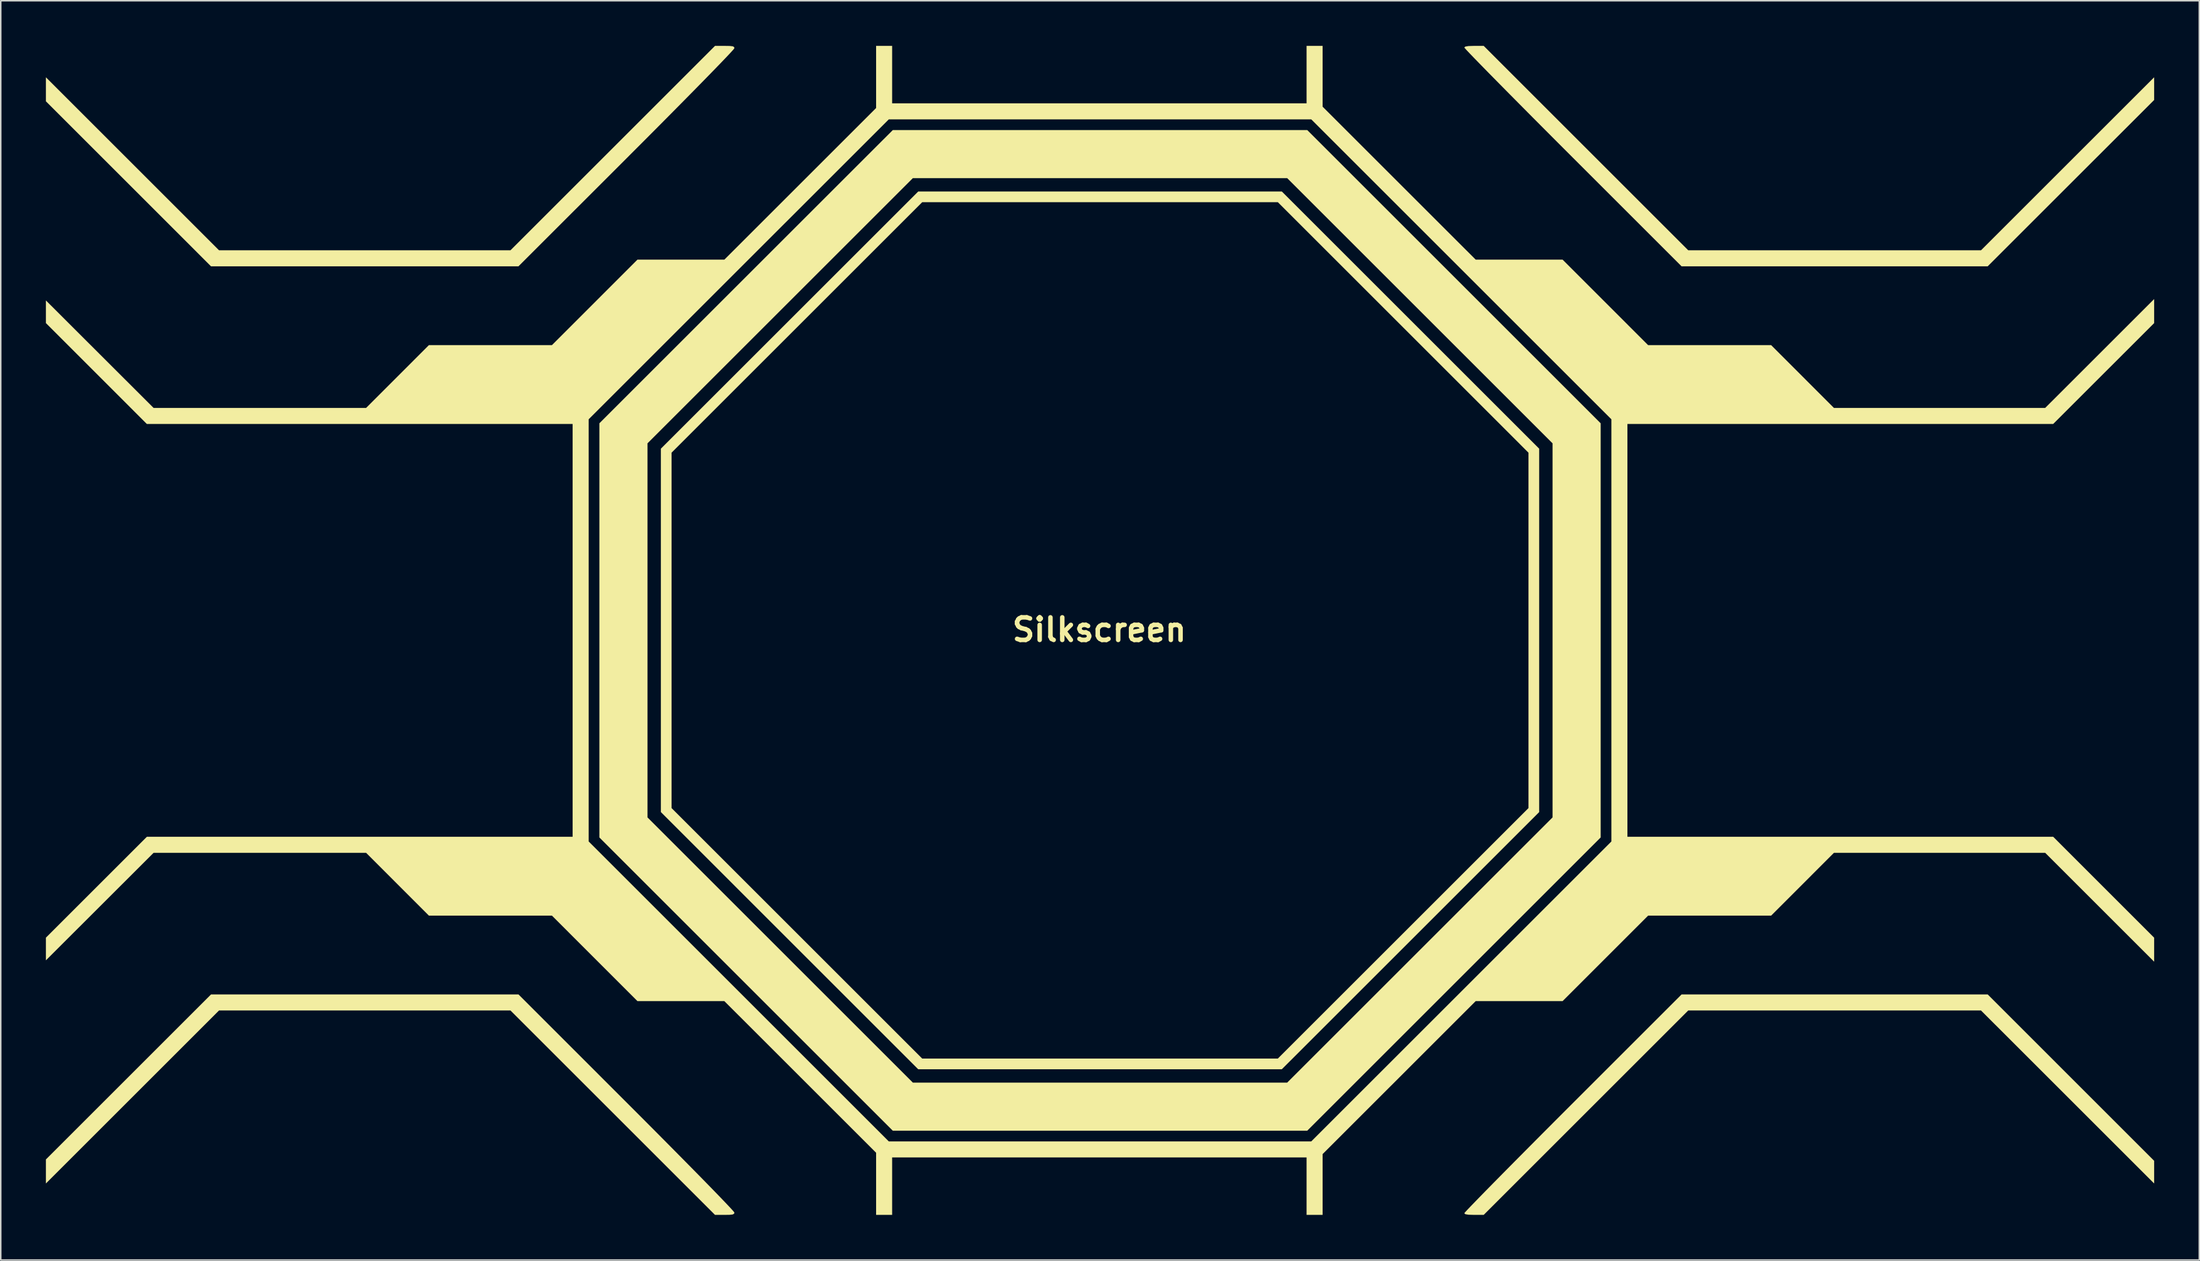
<source format=kicad_pcb>
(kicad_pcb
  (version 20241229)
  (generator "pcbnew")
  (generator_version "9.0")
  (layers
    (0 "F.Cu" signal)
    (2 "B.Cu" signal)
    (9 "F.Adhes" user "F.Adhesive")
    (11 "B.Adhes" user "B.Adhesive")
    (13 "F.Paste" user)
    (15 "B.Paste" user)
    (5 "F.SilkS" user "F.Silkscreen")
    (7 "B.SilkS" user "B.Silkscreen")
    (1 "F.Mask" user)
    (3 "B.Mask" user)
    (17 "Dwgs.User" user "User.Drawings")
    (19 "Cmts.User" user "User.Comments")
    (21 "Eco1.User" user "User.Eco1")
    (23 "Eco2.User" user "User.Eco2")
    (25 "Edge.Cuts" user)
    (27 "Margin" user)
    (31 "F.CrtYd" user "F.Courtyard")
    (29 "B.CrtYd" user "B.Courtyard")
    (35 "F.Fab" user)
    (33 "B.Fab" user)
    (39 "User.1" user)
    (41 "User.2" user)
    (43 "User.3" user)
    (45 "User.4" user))
  (footprint "Silkscreen"
    (layer "F.Cu")
    (at 69.983 38.81)
    (property "Reference" "Silkscreen" (at 0 0 0) (layer "F.SilkS") (effects (font (size 1.5 1.5) (thickness 0.3))))
    (attr board_only exclude_from_pos_files exclude_from_bom)
    (fp_poly (pts (xy -31.417 31.417) (xy -30.447 32.388) (xy -29.52 33.319) (xy -28.644 34.202) (xy -27.826 35.029) (xy -27.073 35.792) (xy -26.392 36.485) (xy -25.792 37.1) (xy -25.279 37.629) (xy -24.861 38.065) (xy -24.545 38.399) (xy -24.338 38.626) (xy -24.249 38.736) (xy -24.245 38.744) (xy -24.269 38.825) (xy -24.363 38.872) (xy -24.563 38.894) (xy -24.89 38.899) (xy -25.534 38.899) (xy -32.327 32.105) (xy -39.121 25.311) (xy -48.801 25.311) (xy -58.482 25.311) (xy -64.232 31.061) (xy -69.983 36.812) (xy -69.983 36.012) (xy -69.983 35.213) (xy -64.499 29.729) (xy -59.015 24.245) (xy -48.801 24.245) (xy -38.588 24.245)) (stroke (width 0) (type solid)) (fill yes) (layer "F.SilkS"))
    (fp_poly (pts (xy -24.553 -38.805) (xy -24.357 -38.782) (xy -24.267 -38.734) (xy -24.245 -38.655) (xy -24.307 -38.572) (xy -24.488 -38.371) (xy -24.78 -38.06) (xy -25.176 -37.646) (xy -25.669 -37.137) (xy -26.251 -36.54) (xy -26.916 -35.862) (xy -27.656 -35.111) (xy -28.463 -34.295) (xy -29.331 -33.42) (xy -30.253 -32.494) (xy -31.22 -31.526) (xy -31.417 -31.328) (xy -38.589 -24.157) (xy -48.802 -24.157) (xy -59.016 -24.157) (xy -64.499 -29.641) (xy -69.983 -35.125) (xy -69.983 -35.924) (xy -69.983 -36.723) (xy -64.232 -30.973) (xy -58.482 -25.222) (xy -48.801 -25.222) (xy -39.121 -25.222) (xy -32.327 -32.016) (xy -25.534 -38.81) (xy -24.89 -38.81)) (stroke (width 0) (type solid)) (fill yes) (layer "F.SilkS"))
    (fp_poly (pts (xy 32.327 -32.016) (xy 39.121 -25.222) (xy 48.846 -25.222) (xy 58.57 -25.222) (xy 64.321 -30.973) (xy 70.072 -36.723) (xy 70.072 -35.968) (xy 70.072 -35.213) (xy 64.543 -29.685) (xy 59.015 -24.157) (xy 48.846 -24.157) (xy 38.677 -24.157) (xy 31.461 -31.373) (xy 30.52 -32.315) (xy 29.614 -33.224) (xy 28.752 -34.09) (xy 27.942 -34.907) (xy 27.191 -35.665) (xy 26.507 -36.358) (xy 25.898 -36.976) (xy 25.373 -37.513) (xy 24.938 -37.96) (xy 24.602 -38.309) (xy 24.373 -38.552) (xy 24.258 -38.681) (xy 24.245 -38.7) (xy 24.311 -38.763) (xy 24.518 -38.799) (xy 24.884 -38.81) (xy 24.89 -38.81) (xy 25.534 -38.81)) (stroke (width 0) (type solid)) (fill yes) (layer "F.SilkS"))
    (fp_poly (pts (xy 64.544 29.774) (xy 70.072 35.303) (xy 70.072 36.057) (xy 70.072 36.812) (xy 64.321 31.061) (xy 58.57 25.311) (xy 48.846 25.311) (xy 39.121 25.311) (xy 32.327 32.105) (xy 25.534 38.899) (xy 24.89 38.899) (xy 24.522 38.888) (xy 24.313 38.853) (xy 24.245 38.79) (xy 24.245 38.788) (xy 24.307 38.712) (xy 24.487 38.518) (xy 24.776 38.216) (xy 25.168 37.811) (xy 25.654 37.313) (xy 26.227 36.73) (xy 26.878 36.07) (xy 27.601 35.339) (xy 28.386 34.548) (xy 29.226 33.702) (xy 30.113 32.812) (xy 31.04 31.883) (xy 31.462 31.461) (xy 38.678 24.245) (xy 48.847 24.245) (xy 59.016 24.245)) (stroke (width 0) (type solid)) (fill yes) (layer "F.SilkS"))
    (fp_poly (pts (xy 20.671 -20.582) (xy 29.219 -12.034) (xy 29.219 0.045) (xy 29.219 12.123) (xy 20.671 20.671) (xy 12.122 29.219) (xy 0.044 29.219) (xy -12.034 29.219) (xy -20.582 20.671) (xy -29.13 12.122) (xy -29.13 11.856) (xy -28.42 11.856) (xy -20.094 20.182) (xy -11.768 28.508) (xy 0.044 28.508) (xy 11.856 28.508) (xy 20.182 20.183) (xy 28.508 11.857) (xy 28.508 0.045) (xy 28.508 -11.767) (xy 20.183 -20.093) (xy 11.857 -28.42) (xy 0.045 -28.42) (xy -11.767 -28.42) (xy -20.093 -20.094) (xy -28.42 -11.768) (xy -28.42 0.044) (xy -28.42 11.856) (xy -29.13 11.856) (xy -29.13 0.044) (xy -29.13 -12.034) (xy -20.582 -20.582) (xy -12.034 -29.13) (xy 0.045 -29.13) (xy 12.123 -29.13)) (stroke (width 0) (type solid)) (fill yes) (layer "F.SilkS"))
    (fp_poly (pts (xy 23.557 -23.468) (xy 33.304 -13.721) (xy 33.304 0.045) (xy 33.304 13.81) (xy 23.557 23.557) (xy 13.81 33.304) (xy 0.044 33.304) (xy -13.722 33.304) (xy -23.469 23.557) (xy -33.215 13.81) (xy -33.215 12.478) (xy -30.018 12.478) (xy -21.204 21.292) (xy -12.389 30.107) (xy 0.044 30.107) (xy 12.478 30.107) (xy 21.292 21.293) (xy 30.107 12.478) (xy 30.107 0.045) (xy 30.107 -12.389) (xy 21.293 -21.204) (xy 12.478 -30.018) (xy 0.045 -30.018) (xy -12.389 -30.018) (xy -21.204 -21.204) (xy -30.018 -12.389) (xy -30.018 0.044) (xy -30.018 12.478) (xy -33.215 12.478) (xy -33.215 0.044) (xy -33.215 -13.722) (xy -23.468 -23.469) (xy -13.721 -33.215) (xy 0.045 -33.215) (xy 13.81 -33.215)) (stroke (width 0) (type solid)) (fill yes) (layer "F.SilkS"))
    (fp_poly (pts (xy -13.766 -36.901) (xy -13.766 -34.992) (xy 0 -34.992) (xy 13.766 -34.992) (xy 13.766 -36.901) (xy 13.766 -38.81) (xy 14.299 -38.81) (xy 14.831 -38.81) (xy 14.831 -36.79) (xy 14.831 -34.769) (xy 19.916 -29.685) (xy 25.001 -24.601) (xy 27.888 -24.601) (xy 30.774 -24.601) (xy 33.615 -21.759) (xy 36.456 -18.917) (xy 40.542 -18.917) (xy 44.629 -18.917) (xy 46.715 -16.83) (xy 48.8 -14.743) (xy 55.817 -14.743) (xy 62.833 -14.743) (xy 66.453 -18.361) (xy 70.072 -21.98) (xy 70.072 -21.181) (xy 70.072 -20.381) (xy 66.719 -17.029) (xy 63.366 -13.677) (xy 49.223 -13.677) (xy 35.08 -13.677) (xy 35.08 0.044) (xy 35.08 13.766) (xy 49.224 13.766) (xy 63.368 13.766) (xy 66.72 17.119) (xy 70.072 20.472) (xy 70.072 21.27) (xy 70.072 22.069) (xy 66.453 18.45) (xy 62.833 14.831) (xy 55.817 14.831) (xy 48.8 14.831) (xy 46.715 16.919) (xy 44.629 19.006) (xy 40.542 19.006) (xy 36.456 19.006) (xy 33.615 21.848) (xy 30.774 24.69) (xy 27.887 24.69) (xy 25 24.69) (xy 19.916 29.774) (xy 14.831 34.859) (xy 14.831 36.879) (xy 14.831 38.899) (xy 14.299 38.899) (xy 13.766 38.899) (xy 13.766 36.99) (xy 13.766 35.08) (xy 0 35.08) (xy -13.766 35.08) (xy -13.766 36.99) (xy -13.766 38.899) (xy -14.299 38.899) (xy -14.831 38.899) (xy -14.831 36.834) (xy -14.831 34.769) (xy -19.872 29.729) (xy -24.912 24.69) (xy -27.799 24.69) (xy -30.685 24.69) (xy -33.526 21.848) (xy -36.367 19.006) (xy -40.454 19.006) (xy -44.54 19.006) (xy -46.626 16.919) (xy -48.712 14.831) (xy -55.77 14.831) (xy -62.829 14.831) (xy -66.406 18.405) (xy -69.983 21.978) (xy -69.983 21.224) (xy -69.983 20.47) (xy -66.63 17.118) (xy -63.588 14.076) (xy -33.926 14.076) (xy -23.957 24.045) (xy -13.988 34.015) (xy 0.044 34.015) (xy 14.076 34.015) (xy 24.045 24.046) (xy 34.015 14.077) (xy 34.015 0.045) (xy 34.015 -13.987) (xy 24.046 -23.957) (xy 14.077 -33.926) (xy 0.045 -33.926) (xy -13.987 -33.926) (xy -23.957 -23.957) (xy -33.926 -13.988) (xy -33.926 0.044) (xy -33.926 14.076) (xy -63.588 14.076) (xy -63.277 13.766) (xy -49.134 13.766) (xy -34.992 13.766) (xy -34.992 0.044) (xy -34.992 -13.677) (xy -49.135 -13.677) (xy -63.279 -13.677) (xy -66.631 -17.03) (xy -69.983 -20.383) (xy -69.983 -21.136) (xy -69.983 -21.889) (xy -66.406 -18.316) (xy -62.829 -14.743) (xy -55.77 -14.743) (xy -48.712 -14.743) (xy -46.626 -16.83) (xy -44.54 -18.917) (xy -40.454 -18.917) (xy -36.367 -18.917) (xy -33.526 -21.759) (xy -30.685 -24.601) (xy -27.799 -24.601) (xy -24.912 -24.601) (xy -19.872 -29.64) (xy -14.831 -34.68) (xy -14.831 -36.745) (xy -14.831 -38.81) (xy -14.299 -38.81) (xy -13.766 -38.81)) (stroke (width 0) (type solid)) (fill yes) (layer "F.SilkS")))
  (gr_rect
    (start -3 -3)
    (end 143.055 80.71)
    (stroke (width 0.1) (type default))
    (fill no)
    (layer "Edge.Cuts")))
</source>
